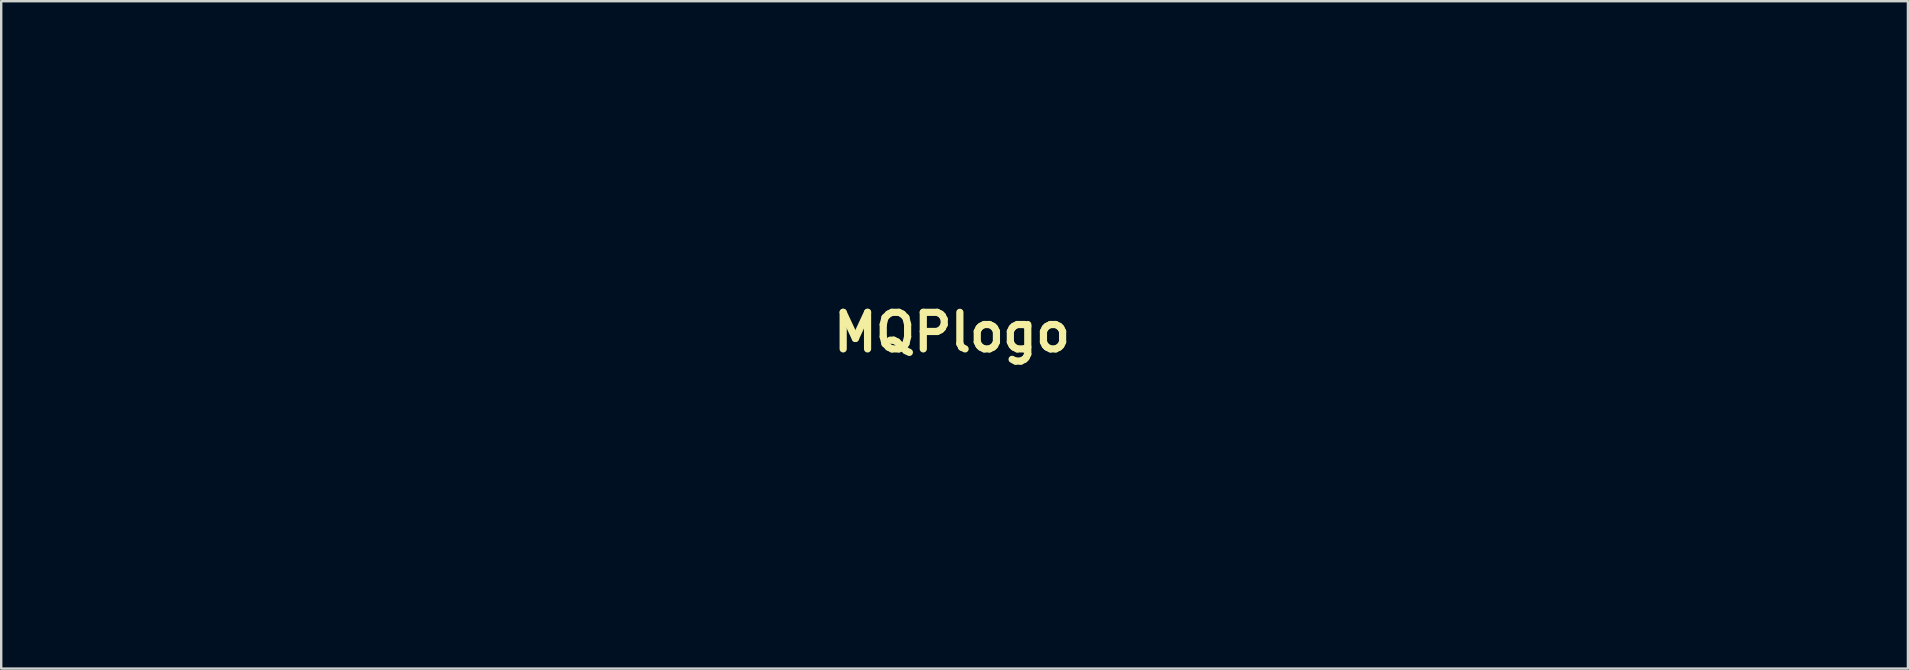
<source format=kicad_pcb>
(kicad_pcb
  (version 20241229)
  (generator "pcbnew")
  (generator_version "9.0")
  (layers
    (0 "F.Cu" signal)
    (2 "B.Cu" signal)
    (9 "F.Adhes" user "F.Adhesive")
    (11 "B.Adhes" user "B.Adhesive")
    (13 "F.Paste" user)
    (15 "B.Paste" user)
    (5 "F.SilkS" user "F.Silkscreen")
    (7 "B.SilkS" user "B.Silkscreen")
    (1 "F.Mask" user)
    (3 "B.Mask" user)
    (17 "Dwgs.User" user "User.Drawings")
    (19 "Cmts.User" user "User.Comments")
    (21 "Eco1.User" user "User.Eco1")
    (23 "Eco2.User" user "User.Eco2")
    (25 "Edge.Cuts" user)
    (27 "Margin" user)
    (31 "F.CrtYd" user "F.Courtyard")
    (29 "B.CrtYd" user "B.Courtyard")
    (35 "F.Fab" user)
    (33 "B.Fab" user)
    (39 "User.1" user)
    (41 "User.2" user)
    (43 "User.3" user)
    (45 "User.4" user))
  (footprint "MQPlogo"
    (layer "F.Cu")
    (at 36.623 10.8)
    (property "Reference" "MQPlogo" (at 0 0 0) (layer "F.SilkS") (effects (font (size 1.524 1.524) (thickness 0.3))))
    (attr through_hole)
    (fp_poly (pts (xy 5.46 6.731) (xy 5.503 6.973) (xy 5.456 7.354) (xy 5.33 7.33) (xy 5.218 7.098) (xy 5.22 6.757) (xy 5.301 6.662) (xy 5.46 6.731)) (stroke (width 0.01) (type solid)) (fill no) (layer "Eco2.User"))
    (fp_poly (pts (xy 5.472 1.001) (xy 5.503 1.152) (xy 5.434 1.457) (xy 5.25 1.366) (xy 5.195 1.285) (xy 5.221 1.013) (xy 5.288 0.955) (xy 5.472 1.001)) (stroke (width 0.01) (type solid)) (fill no) (layer "Eco2.User"))
    (fp_poly (pts (xy 4.019 3.767) (xy 4.136 4.103) (xy 4.078 4.318) (xy 3.785 4.44) (xy 3.614 4.193) (xy 3.598 4.022) (xy 3.678 3.678) (xy 3.787 3.598) (xy 4.019 3.767)) (stroke (width 0.01) (type solid)) (fill no) (layer "Eco2.User"))
    (fp_poly (pts (xy 4.045 -4.609) (xy 4.053 -4.551) (xy 3.889 -4.303) (xy 3.826 -4.274) (xy 3.633 -4.376) (xy 3.598 -4.551) (xy 3.706 -4.814) (xy 3.826 -4.828) (xy 4.045 -4.609)) (stroke (width 0.01) (type solid)) (fill no) (layer "Eco2.User"))
    (fp_poly (pts (xy 4.045 1.106) (xy 4.053 1.164) (xy 3.889 1.412) (xy 3.826 1.441) (xy 3.633 1.339) (xy 3.598 1.164) (xy 3.706 0.901) (xy 3.826 0.887) (xy 4.045 1.106)) (stroke (width 0.01) (type solid)) (fill no) (layer "Eco2.User"))
    (fp_poly (pts (xy 4.045 6.821) (xy 4.053 6.879) (xy 3.889 7.127) (xy 3.826 7.156) (xy 3.633 7.054) (xy 3.598 6.879) (xy 3.706 6.616) (xy 3.826 6.602) (xy 4.045 6.821)) (stroke (width 0.01) (type solid)) (fill no) (layer "Eco2.User"))
    (fp_poly (pts (xy 4.078 -1.99) (xy 4.126 -1.704) (xy 3.978 -1.382) (xy 3.787 -1.27) (xy 3.634 -1.447) (xy 3.598 -1.693) (xy 3.704 -2.061) (xy 3.962 -2.081) (xy 4.078 -1.99)) (stroke (width 0.01) (type solid)) (fill no) (layer "Eco2.User"))
    (fp_poly (pts (xy 4.733 7.555) (xy 4.864 7.847) (xy 4.728 8.036) (xy 4.669 8.043) (xy 4.38 7.89) (xy 4.348 7.846) (xy 4.358 7.595) (xy 4.582 7.486) (xy 4.733 7.555)) (stroke (width 0.01) (type solid)) (fill no) (layer "Eco2.User"))
    (fp_poly (pts (xy 4.846 -5.543) (xy 4.868 -5.397) (xy 4.738 -5.106) (xy 4.446 -5.158) (xy 4.38 -5.215) (xy 4.337 -5.479) (xy 4.552 -5.693) (xy 4.669 -5.715) (xy 4.846 -5.543)) (stroke (width 0.01) (type solid)) (fill no) (layer "Eco2.User"))
    (fp_poly (pts (xy 4.911 -3.852) (xy 5.015 -3.663) (xy 4.759 -3.6) (xy 4.657 -3.598) (xy 4.32 -3.641) (xy 4.354 -3.801) (xy 4.403 -3.852) (xy 4.691 -3.997) (xy 4.911 -3.852)) (stroke (width 0.01) (type solid)) (fill no) (layer "Eco2.User"))
    (fp_poly (pts (xy 4.911 -0.889) (xy 5.015 -0.699) (xy 4.759 -0.637) (xy 4.657 -0.635) (xy 4.32 -0.678) (xy 4.354 -0.837) (xy 4.403 -0.889) (xy 4.691 -1.034) (xy 4.911 -0.889)) (stroke (width 0.01) (type solid)) (fill no) (layer "Eco2.User"))
    (fp_poly (pts (xy 4.911 4.826) (xy 5.015 5.016) (xy 4.759 5.078) (xy 4.657 5.08) (xy 4.32 5.037) (xy 4.354 4.878) (xy 4.403 4.826) (xy 4.691 4.681) (xy 4.911 4.826)) (stroke (width 0.01) (type solid)) (fill no) (layer "Eco2.User"))
    (fp_poly (pts (xy 4.953 0.103) (xy 4.945 0.318) (xy 4.703 0.617) (xy 4.389 0.508) (xy 4.374 0.494) (xy 4.239 0.191) (xy 4.477 0.016) (xy 4.65 0) (xy 4.953 0.103)) (stroke (width 0.01) (type solid)) (fill no) (layer "Eco2.User"))
    (fp_poly (pts (xy 4.957 -2.672) (xy 4.974 -2.54) (xy 4.713 -2.337) (xy 4.657 -2.328) (xy 4.383 -2.482) (xy 4.339 -2.54) (xy 4.406 -2.705) (xy 4.657 -2.752) (xy 4.957 -2.672)) (stroke (width 0.01) (type solid)) (fill no) (layer "Eco2.User"))
    (fp_poly (pts (xy 4.957 3.043) (xy 4.974 3.175) (xy 4.713 3.378) (xy 4.657 3.387) (xy 4.383 3.233) (xy 4.339 3.175) (xy 4.406 3.01) (xy 4.657 2.963) (xy 4.957 3.043)) (stroke (width 0.01) (type solid)) (fill no) (layer "Eco2.User"))
    (fp_poly (pts (xy 4.957 6.006) (xy 4.974 6.138) (xy 4.713 6.342) (xy 4.657 6.35) (xy 4.383 6.197) (xy 4.339 6.138) (xy 4.406 5.973) (xy 4.657 5.927) (xy 4.957 6.006)) (stroke (width 0.01) (type solid)) (fill no) (layer "Eco2.User"))
    (fp_poly (pts (xy 4.974 1.966) (xy 5.027 2.064) (xy 4.929 2.276) (xy 4.657 2.328) (xy 4.321 2.231) (xy 4.286 2.064) (xy 4.546 1.818) (xy 4.657 1.799) (xy 4.974 1.966)) (stroke (width 0.01) (type solid)) (fill no) (layer "Eco2.User"))
    (fp_poly (pts (xy 5.499 -4.797) (xy 5.5 -4.71) (xy 5.451 -4.299) (xy 5.303 -4.282) (xy 5.212 -4.402) (xy 5.22 -4.704) (xy 5.302 -4.878) (xy 5.449 -5.028) (xy 5.499 -4.797)) (stroke (width 0.01) (type solid)) (fill no) (layer "Eco2.User"))
    (fp_poly (pts (xy 5.503 -1.745) (xy 5.503 -1.736) (xy 5.451 -1.331) (xy 5.295 -1.337) (xy 5.174 -1.5) (xy 5.175 -1.83) (xy 5.268 -1.966) (xy 5.449 -2.045) (xy 5.503 -1.745)) (stroke (width 0.01) (type solid)) (fill no) (layer "Eco2.User"))
    (fp_poly (pts (xy 5.503 3.97) (xy 5.503 3.979) (xy 5.451 4.384) (xy 5.295 4.378) (xy 5.174 4.215) (xy 5.175 3.885) (xy 5.268 3.749) (xy 5.449 3.67) (xy 5.503 3.97)) (stroke (width 0.01) (type solid)) (fill no) (layer "Eco2.User"))
    (fp_poly (pts (xy 19.63 -4.914) (xy 19.661 -4.022) (xy 19.647 -3.101) (xy 19.629 -2.797) (xy 19.597 -2.576) (xy 19.572 -2.737) (xy 19.555 -3.239) (xy 19.551 -3.916) (xy 19.558 -4.667) (xy 19.576 -5.098) (xy 19.602 -5.173) (xy 19.63 -4.914)) (stroke (width 0.01) (type solid)) (fill no) (layer "Eco2.User"))
    (fp_poly (pts (xy 3.724 -7.726) (xy 3.57 -7.231) (xy 3.425 -6.947) (xy 3.126 -6.782) (xy 2.696 -6.662) (xy 2.308 -6.62) (xy 2.134 -6.689) (xy 2.135 -6.697) (xy 2.293 -6.927) (xy 2.682 -7.32) (xy 3.016 -7.62) (xy 3.879 -8.361) (xy 3.724 -7.726)) (stroke (width 0.01) (type solid)) (fill no) (layer "Eco2.User"))
    (fp_poly (pts (xy 4.827 -8.288) (xy 4.95 -7.957) (xy 5.105 -7.414) (xy 5.208 -7.11) (xy 5.208 -6.871) (xy 4.904 -6.78) (xy 4.679 -6.773) (xy 4.224 -6.824) (xy 4.022 -6.946) (xy 4.022 -6.953) (xy 4.095 -7.342) (xy 4.27 -7.834) (xy 4.476 -8.264) (xy 4.645 -8.465) (xy 4.654 -8.467) (xy 4.827 -8.288)) (stroke (width 0.01) (type solid)) (fill no) (layer "Eco2.User"))
    (fp_poly (pts (xy -8.728 -5.103) (xy -8.5 -4.645) (xy -8.256 -4.047) (xy -8.049 -3.443) (xy -7.928 -2.966) (xy -7.93 -2.765) (xy -8.22 -2.618) (xy -8.739 -2.55) (xy -9.304 -2.562) (xy -9.73 -2.658) (xy -9.834 -2.738) (xy -9.819 -3.003) (xy -9.681 -3.508) (xy -9.47 -4.121) (xy -9.234 -4.709) (xy -9.021 -5.141) (xy -8.89 -5.288) (xy -8.728 -5.103)) (stroke (width 0.01) (type solid)) (fill no) (layer "Eco2.User"))
    (fp_poly (pts (xy -1.408 -5.598) (xy -0.756 -5.259) (xy -0.448 -4.716) (xy -0.427 -4.486) (xy -0.489 -3.956) (xy -0.6 -3.647) (xy -0.948 -3.389) (xy -1.564 -3.158) (xy -2.293 -3.002) (xy -2.803 -2.963) (xy -3.117 -2.982) (xy -3.291 -3.101) (xy -3.367 -3.416) (xy -3.386 -4.024) (xy -3.387 -4.339) (xy -3.387 -5.715) (xy -2.375 -5.715) (xy -1.408 -5.598)) (stroke (width 0.01) (type solid)) (fill no) (layer "Eco2.User"))
    (fp_poly (pts (xy -0.761 3.167) (xy 0.185 3.621) (xy 0.546 3.918) (xy 1.011 4.424) (xy 1.221 4.909) (xy 1.27 5.592) (xy 1.199 6.346) (xy 1.023 7.034) (xy 0.949 7.204) (xy 0.379 7.88) (xy -0.436 8.308) (xy -1.379 8.462) (xy -2.333 8.317) (xy -2.874 8.068) (xy -3.566 7.418) (xy -3.972 6.556) (xy -4.075 5.598) (xy -3.857 4.659) (xy -3.479 4.044) (xy -2.674 3.381) (xy -1.741 3.087) (xy -0.761 3.167)) (stroke (width 0.01) (type solid)) (fill no) (layer "Eco2.User"))
    (fp_poly (pts (xy -19.751 3.574) (xy -19.507 4.008) (xy -19.353 4.382) (xy -19.108 5.008) (xy -18.902 5.475) (xy -18.828 5.609) (xy -18.649 5.971) (xy -18.532 6.297) (xy -18.478 6.545) (xy -18.56 6.687) (xy -18.861 6.753) (xy -19.463 6.772) (xy -19.882 6.773) (xy -20.617 6.752) (xy -21.15 6.696) (xy -21.377 6.616) (xy -21.378 6.608) (xy -21.295 6.285) (xy -21.082 5.727) (xy -20.791 5.05) (xy -20.475 4.372) (xy -20.187 3.809) (xy -19.981 3.476) (xy -19.933 3.434) (xy -19.751 3.574)) (stroke (width 0.01) (type solid)) (fill no) (layer "Eco2.User"))
    (fp_poly (pts (xy 13.093 0.116) (xy 13.848 0.183) (xy 13.96 0.196) (xy 14.89 0.347) (xy 15.514 0.545) (xy 15.95 0.829) (xy 16.028 0.903) (xy 16.525 1.664) (xy 16.739 2.58) (xy 16.677 3.525) (xy 16.342 4.372) (xy 15.847 4.921) (xy 15.322 5.155) (xy 14.533 5.335) (xy 13.64 5.441) (xy 12.8 5.454) (xy 12.224 5.37) (xy 12.067 5.287) (xy 11.969 5.099) (xy 11.924 4.734) (xy 11.925 4.118) (xy 11.966 3.177) (xy 11.986 2.789) (xy 12.05 1.804) (xy 12.124 0.977) (xy 12.198 0.397) (xy 12.261 0.159) (xy 12.526 0.107) (xy 13.093 0.116)) (stroke (width 0.01) (type solid)) (fill no) (layer "Eco2.User"))
    (fp_poly (pts (xy 5.593 -8.815) (xy 6.175 -8.74) (xy 7.039 -8.604) (xy 8.117 -8.417) (xy 9.343 -8.19) (xy 9.351 -8.188) (xy 10.778 -7.917) (xy 12.249 -7.642) (xy 13.638 -7.385) (xy 14.821 -7.169) (xy 15.452 -7.057) (xy 17.674 -6.668) (xy 16.298 -6.533) (xy 15.432 -6.47) (xy 14.372 -6.423) (xy 13.198 -6.393) (xy 11.987 -6.38) (xy 10.818 -6.383) (xy 9.769 -6.403) (xy 8.92 -6.439) (xy 8.348 -6.492) (xy 8.139 -6.549) (xy 7.823 -6.678) (xy 7.246 -6.781) (xy 6.896 -6.814) (xy 6.268 -6.873) (xy 5.92 -7.016) (xy 5.708 -7.348) (xy 5.551 -7.792) (xy 5.392 -8.361) (xy 5.34 -8.744) (xy 5.36 -8.817) (xy 5.593 -8.815)) (stroke (width 0.01) (type solid)) (fill no) (layer "Eco2.User"))
    (fp_poly (pts (xy 36.83 11.007) (xy -36.618 11.007) (xy -36.618 8.048) (xy -34.61 8.048) (xy -34.584 8.31) (xy -34.232 8.538) (xy -33.648 8.716) (xy -32.93 8.827) (xy -32.175 8.856) (xy -31.476 8.785) (xy -31.03 8.649) (xy -30.499 8.197) (xy -30.235 7.529) (xy -30.3 6.802) (xy -30.308 6.778) (xy -30.482 6.401) (xy -30.735 6.135) (xy -31.167 5.916) (xy -31.876 5.684) (xy -32.216 5.585) (xy -32.659 5.428) (xy -28.956 5.428) (xy -28.894 6.412) (xy -28.543 7.348) (xy -27.903 8.145) (xy -27.466 8.468) (xy -26.675 8.78) (xy -25.755 8.896) (xy -24.866 8.816) (xy -24.444 8.647) (xy -22.849 8.647) (xy -22.822 8.876) (xy -22.772 8.89) (xy -22.523 8.711) (xy -22.24 8.26) (xy -22.144 8.043) (xy -21.805 7.197) (xy -18.038 7.197) (xy -17.699 8.043) (xy -17.446 8.562) (xy -17.214 8.861) (xy -17.147 8.89) (xy -17.019 8.871) (xy -16.969 8.773) (xy -17.016 8.537) (xy -17.181 8.102) (xy -17.481 7.41) (xy -17.938 6.4) (xy -18 6.262) (xy -18.629 4.892) (xy -19.119 3.887) (xy -19.5 3.222) (xy -19.806 2.875) (xy -20.068 2.823) (xy -20.318 3.043) (xy -20.589 3.511) (xy -20.896 4.172) (xy -21.318 5.103) (xy -21.814 6.191) (xy -22.281 7.206) (xy -22.302 7.25) (xy -22.678 8.115) (xy -22.849 8.647) (xy -24.444 8.647) (xy -24.17 8.537) (xy -24.101 8.485) (xy -23.768 8.116) (xy -23.789 7.917) (xy -24.103 7.968) (xy -24.375 8.128) (xy -25.164 8.442) (xy -26.07 8.439) (xy -26.975 8.154) (xy -27.76 7.624) (xy -28.27 6.96) (xy -28.552 6.031) (xy -28.473 5.146) (xy -28.098 4.357) (xy -27.488 3.717) (xy -26.708 3.278) (xy -25.82 3.094) (xy -24.887 3.217) (xy -24.183 3.55) (xy -23.837 3.744) (xy -23.717 3.681) (xy -23.707 3.543) (xy -23.897 3.174) (xy -24.399 2.91) (xy -25.114 2.762) (xy -25.56 2.752) (xy -15.663 2.752) (xy -15.663 5.821) (xy -15.657 7.04) (xy -15.635 7.896) (xy -15.59 8.447) (xy -15.517 8.755) (xy -15.409 8.879) (xy -15.346 8.89) (xy -15.168 8.798) (xy -15.069 8.47) (xy -15.031 7.826) (xy -15.028 7.514) (xy -15.028 6.138) (xy -13.441 6.138) (xy -12.641 6.112) (xy -12.083 6.041) (xy -11.855 5.937) (xy -11.853 5.927) (xy -12.05 5.82) (xy -12.584 5.746) (xy -13.366 5.715) (xy -13.441 5.715) (xy -15.028 5.715) (xy -15.028 3.175) (xy -13.229 3.175) (xy -12.353 3.152) (xy -11.733 3.087) (xy -11.442 2.991) (xy -11.43 2.963) (xy -11.631 2.865) (xy -12.194 2.794) (xy -13.058 2.756) (xy -13.547 2.752) (xy -9.737 2.752) (xy -9.737 5.821) (xy -9.723 7.086) (xy -9.682 8.045) (xy -9.617 8.658) (xy -9.531 8.889) (xy -9.525 8.89) (xy -9.414 8.696) (xy -9.339 8.181) (xy -9.313 7.514) (xy -9.313 6.138) (xy -7.62 6.138) (xy -6.781 6.114) (xy -6.192 6.046) (xy -5.932 5.946) (xy -5.927 5.927) (xy -6.125 5.822) (xy -6.665 5.748) (xy -7.469 5.716) (xy -7.62 5.715) (xy -9.313 5.715) (xy -9.313 5.604) (xy -4.608 5.604) (xy -4.522 6.628) (xy -4.126 7.547) (xy -3.427 8.253) (xy -2.49 8.713) (xy -1.435 8.9) (xy -0.386 8.79) (xy 0.359 8.476) (xy 1.165 7.812) (xy 1.625 6.978) (xy 1.783 5.893) (xy 1.784 5.794) (xy 1.703 4.875) (xy 1.434 4.207) (xy 1.346 4.08) (xy 0.507 3.284) (xy -0.522 2.829) (xy -1.659 2.732) (xy -2.823 3.011) (xy -3.129 3.152) (xy -3.887 3.759) (xy -4.388 4.612) (xy -4.608 5.604) (xy -9.313 5.604) (xy -9.313 3.175) (xy -7.408 3.175) (xy -6.496 3.153) (xy -5.844 3.091) (xy -5.524 2.998) (xy -5.503 2.963) (xy -5.705 2.865) (xy -6.268 2.794) (xy -7.132 2.756) (xy -7.62 2.752) (xy -9.737 2.752) (xy -13.547 2.752) (xy -15.663 2.752) (xy -25.56 2.752) (xy -25.94 2.743) (xy -26.777 2.865) (xy -27.418 3.087) (xy -28.218 3.675) (xy -28.73 4.486) (xy -28.956 5.428) (xy -32.659 5.428) (xy -32.942 5.328) (xy -33.541 5.026) (xy -33.797 4.829) (xy -34.038 4.492) (xy -34.015 4.172) (xy -33.855 3.855) (xy -33.316 3.292) (xy -32.553 3.042) (xy -31.65 3.125) (xy -31.324 3.233) (xy -30.787 3.42) (xy -30.537 3.425) (xy -30.48 3.276) (xy -30.673 3.05) (xy -31.182 2.851) (xy -31.38 2.804) (xy -32.402 2.718) (xy -33.3 2.87) (xy -33.998 3.225) (xy -34.416 3.75) (xy -34.502 4.174) (xy -34.396 4.84) (xy -34.035 5.319) (xy -33.352 5.678) (xy -32.856 5.838) (xy -32.106 6.079) (xy -31.46 6.333) (xy -31.168 6.482) (xy -30.773 6.943) (xy -30.736 7.524) (xy -31.042 8.08) (xy -31.523 8.347) (xy -32.246 8.462) (xy -33.054 8.422) (xy -33.792 8.221) (xy -33.916 8.162) (xy -34.352 8.005) (xy -34.606 8.042) (xy -34.61 8.048) (xy -36.618 8.048) (xy -36.618 -0.28) (xy -12.277 -0.28) (xy -12.095 -0.229) (xy -11.744 -0.212) (xy -11.307 -0.331) (xy -10.962 -0.75) (xy -10.858 -0.953) (xy -10.505 -1.693) (xy -7.275 -1.693) (xy -6.922 -0.953) (xy -6.584 -0.423) (xy -6.187 -0.222) (xy -6.036 -0.212) (xy -5.636 -0.244) (xy -5.503 -0.307) (xy -5.585 -0.535) (xy -5.806 -1.066) (xy -6.13 -1.818) (xy -6.52 -2.707) (xy -6.941 -3.651) (xy -7.357 -4.569) (xy -7.716 -5.345) (xy -8.058 -6.022) (xy -8.334 -6.392) (xy -8.628 -6.541) (xy -8.872 -6.562) (xy -4.445 -6.562) (xy -4.445 -0.423) (xy -3.928 -0.423) (xy -3.597 -0.475) (xy -3.43 -0.705) (xy -3.353 -1.228) (xy -3.346 -1.323) (xy -3.281 -1.89) (xy -3.123 -2.161) (xy -2.765 -2.263) (xy -2.53 -2.286) (xy -2.069 -2.286) (xy -1.725 -2.138) (xy -1.367 -1.761) (xy -1.088 -1.386) (xy -0.566 -0.758) (xy -0.121 -0.464) (xy 0.129 -0.423) (xy 0.655 -0.423) (xy 0.011 -1.36) (xy -0.634 -2.297) (xy 0.001 -2.931) (xy 0.518 -3.703) (xy 0.622 -4.566) (xy 0.324 -5.491) (xy -0.084 -5.993) (xy -0.097 -5.999) (xy 1.092 -5.999) (xy 1.342 -5.795) (xy 1.938 -5.717) (xy 2.117 -5.715) (xy 3.175 -5.715) (xy 3.175 -3.069) (xy 3.159 -1.923) (xy 3.112 -1.071) (xy 3.039 -0.558) (xy 2.963 -0.423) (xy 2.885 -0.216) (xy 2.824 0.389) (xy 2.78 1.367) (xy 2.756 2.692) (xy 2.752 3.734) (xy 2.748 5.182) (xy 2.733 6.265) (xy 2.704 7.038) (xy 2.654 7.56) (xy 2.58 7.887) (xy 2.477 8.076) (xy 2.4 8.148) (xy 2.159 8.521) (xy 2.181 8.754) (xy 2.264 8.866) (xy 2.447 8.951) (xy 2.781 9.014) (xy 3.32 9.056) (xy 4.112 9.083) (xy 5.21 9.097) (xy 6.664 9.101) (xy 7.19 9.102) (xy 12.065 9.102) (xy 12.065 8.043) (xy 6.562 8.043) (xy 6.562 6.637) (xy 9.948 6.637) (xy 9.948 7.348) (xy 12.224 7.485) (xy 12.932 7.525) (xy 14.005 7.581) (xy 15.383 7.651) (xy 17.007 7.732) (xy 18.82 7.82) (xy 20.761 7.913) (xy 22.773 8.009) (xy 23.601 8.047) (xy 25.551 8.139) (xy 27.392 8.228) (xy 29.076 8.31) (xy 30.557 8.385) (xy 31.784 8.448) (xy 32.711 8.498) (xy 33.29 8.533) (xy 33.443 8.544) (xy 34.318 8.609) (xy 34.859 8.575) (xy 35.151 8.414) (xy 35.281 8.096) (xy 35.309 7.885) (xy 35.308 7.418) (xy 35.217 7.198) (xy 35.203 7.195) (xy 34.954 7.184) (xy 34.339 7.151) (xy 33.414 7.101) (xy 32.237 7.036) (xy 30.863 6.96) (xy 29.35 6.875) (xy 29.316 6.873) (xy 26.967 6.743) (xy 24.709 6.62) (xy 22.584 6.506) (xy 20.634 6.404) (xy 18.9 6.315) (xy 17.423 6.243) (xy 16.246 6.188) (xy 15.409 6.154) (xy 14.963 6.141) (xy 14.571 6.077) (xy 14.499 5.927) (xy 14.79 5.765) (xy 15.168 5.715) (xy 15.711 5.546) (xy 16.326 5.092) (xy 16.399 5.022) (xy 17.028 4.119) (xy 17.294 3.095) (xy 17.2 2.042) (xy 16.748 1.056) (xy 16.306 0.536) (xy 15.959 0.246) (xy 15.574 0.051) (xy 15.041 -0.082) (xy 14.249 -0.186) (xy 13.732 -0.236) (xy 12.871 -0.307) (xy 12.185 -0.346) (xy 11.771 -0.35) (xy 11.696 -0.336) (xy 11.66 -0.108) (xy 11.613 0.467) (xy 11.562 1.312) (xy 11.511 2.35) (xy 11.491 2.835) (xy 11.365 5.927) (xy 10.657 5.927) (xy 10.175 5.964) (xy 9.983 6.165) (xy 9.948 6.637) (xy 6.562 6.637) (xy 6.562 3.81) (xy 6.551 2.254) (xy 6.521 1.03) (xy 6.472 0.162) (xy 6.406 -0.323) (xy 6.35 -0.423) (xy 6.258 -0.627) (xy 6.19 -1.207) (xy 6.149 -2.116) (xy 6.138 -3.039) (xy 6.138 -5.654) (xy 7.567 -5.789) (xy 8.19 -5.827) (xy 9.155 -5.862) (xy 10.382 -5.89) (xy 11.791 -5.911) (xy 13.3 -5.923) (xy 14.148 -5.925) (xy 19.301 -5.927) (xy 19.235 -3.545) (xy 19.224 -2.563) (xy 19.243 -1.724) (xy 19.288 -1.127) (xy 19.345 -0.883) (xy 19.404 -0.515) (xy 19.341 0.066) (xy 19.293 0.281) (xy 19.195 0.853) (xy 19.104 1.721) (xy 19.031 2.759) (xy 18.992 3.651) (xy 18.969 4.755) (xy 18.981 5.495) (xy 19.033 5.93) (xy 19.13 6.118) (xy 19.195 6.138) (xy 19.33 6.03) (xy 19.416 5.668) (xy 19.44 5.304) (xy 21.702 5.304) (xy 21.736 5.805) (xy 21.81 6.063) (xy 21.928 6.138) (xy 21.932 6.138) (xy 22.066 6.052) (xy 22.154 5.751) (xy 22.204 5.174) (xy 22.224 4.259) (xy 22.225 3.822) (xy 22.242 2.875) (xy 22.286 2.091) (xy 22.352 1.565) (xy 22.417 1.388) (xy 22.617 1.495) (xy 22.991 1.879) (xy 23.475 2.47) (xy 23.725 2.805) (xy 24.602 4.006) (xy 25.267 4.905) (xy 25.753 5.544) (xy 26.095 5.966) (xy 26.326 6.213) (xy 26.48 6.326) (xy 26.576 6.35) (xy 26.696 6.153) (xy 26.803 5.556) (xy 26.896 4.55) (xy 26.967 3.362) (xy 26.976 3.131) (xy 28.644 3.131) (xy 28.69 4.175) (xy 28.865 4.716) (xy 29.491 5.7) (xy 30.357 6.366) (xy 31.396 6.688) (xy 32.542 6.64) (xy 33.227 6.433) (xy 33.72 6.216) (xy 33.972 5.987) (xy 34.065 5.605) (xy 34.078 4.964) (xy 34.042 4.308) (xy 33.947 3.84) (xy 33.867 3.704) (xy 33.735 3.808) (xy 33.664 4.277) (xy 33.655 4.618) (xy 33.59 5.407) (xy 33.343 5.888) (xy 32.839 6.165) (xy 32.437 6.266) (xy 31.449 6.263) (xy 30.519 5.905) (xy 29.753 5.257) (xy 29.257 4.386) (xy 29.221 4.271) (xy 29.137 3.311) (xy 29.402 2.44) (xy 29.943 1.711) (xy 30.689 1.179) (xy 31.566 0.896) (xy 32.502 0.918) (xy 33.328 1.236) (xy 33.808 1.493) (xy 34.029 1.52) (xy 34.078 1.358) (xy 33.886 1.032) (xy 33.383 0.748) (xy 32.684 0.544) (xy 31.903 0.459) (xy 31.514 0.473) (xy 30.431 0.761) (xy 29.561 1.35) (xy 28.95 2.164) (xy 28.644 3.131) (xy 26.976 3.131) (xy 27.012 2.281) (xy 27.035 1.357) (xy 27.035 0.67) (xy 27.012 0.298) (xy 26.998 0.257) (xy 26.824 0.207) (xy 26.691 0.468) (xy 26.591 1.073) (xy 26.52 2.052) (xy 26.491 2.766) (xy 26.429 3.942) (xy 26.339 4.701) (xy 26.22 5.046) (xy 26.17 5.07) (xy 25.968 4.902) (xy 25.575 4.447) (xy 25.039 3.768) (xy 24.412 2.925) (xy 24.13 2.534) (xy 23.484 1.642) (xy 22.918 0.888) (xy 22.479 0.332) (xy 22.214 0.036) (xy 22.165 0.004) (xy 22.045 0.046) (xy 21.954 0.217) (xy 21.886 0.576) (xy 21.831 1.184) (xy 21.784 2.098) (xy 21.737 3.334) (xy 21.704 4.5) (xy 21.702 5.304) (xy 19.44 5.304) (xy 19.461 4.994) (xy 19.473 4.04) (xy 19.509 2.888) (xy 19.604 1.66) (xy 19.741 0.57) (xy 19.791 0.283) (xy 19.931 -0.681) (xy 20.039 -1.873) (xy 20.1 -3.099) (xy 20.108 -3.651) (xy 20.108 -5.927) (xy 20.761 -5.927) (xy 21.228 -5.995) (xy 21.342 -6.156) (xy 21.143 -6.343) (xy 20.67 -6.488) (xy 20.409 -6.52) (xy 20.003 -6.575) (xy 19.244 -6.699) (xy 18.196 -6.879) (xy 16.92 -7.106) (xy 15.481 -7.367) (xy 13.941 -7.651) (xy 12.362 -7.945) (xy 10.809 -8.239) (xy 9.343 -8.521) (xy 8.029 -8.78) (xy 6.937 -9) (xy 5.917 -9.265) (xy 5.293 -9.559) (xy 5.107 -9.739) (xy 4.773 -10.096) (xy 4.491 -10.067) (xy 4.209 -9.637) (xy 4.128 -9.452) (xy 3.825 -8.982) (xy 3.288 -8.373) (xy 2.62 -7.738) (xy 2.458 -7.6) (xy 1.645 -6.879) (xy 1.191 -6.353) (xy 1.092 -5.999) (xy -0.097 -5.999) (xy -0.732 -6.326) (xy -1.679 -6.509) (xy -2.889 -6.562) (xy -4.445 -6.562) (xy -8.872 -6.562) (xy -9.392 -6.428) (xy -9.733 -5.98) (xy -9.983 -5.44) (xy -10.326 -4.688) (xy -10.724 -3.806) (xy -11.141 -2.876) (xy -11.54 -1.979) (xy -11.886 -1.198) (xy -12.14 -0.613) (xy -12.268 -0.306) (xy -12.277 -0.28) (xy -36.618 -0.28) (xy -36.618 -0.947) (xy -26.192 -0.947) (xy -26.162 -0.903) (xy -25.92 -0.775) (xy -25.433 -0.574) (xy -25.257 -0.508) (xy -24.347 -0.32) (xy -23.346 -0.343) (xy -22.445 -0.561) (xy -22.083 -0.745) (xy -21.59 -1.297) (xy -21.423 -2.01) (xy -21.614 -2.737) (xy -21.926 -3.097) (xy -22.484 -3.418) (xy -22.682 -3.493) (xy -20.108 -3.493) (xy -20.108 -0.423) (xy -19.579 -0.423) (xy -19.329 -0.439) (xy -19.173 -0.538) (xy -19.09 -0.804) (xy -19.056 -1.318) (xy -19.05 -2.16) (xy -19.05 -2.328) (xy -19.034 -3.167) (xy -18.99 -3.817) (xy -18.927 -4.184) (xy -18.891 -4.232) (xy -18.72 -4.061) (xy -18.399 -3.606) (xy -17.986 -2.95) (xy -17.805 -2.645) (xy -17.36 -1.93) (xy -16.967 -1.382) (xy -16.69 -1.087) (xy -16.626 -1.058) (xy -16.413 -1.231) (xy -16.063 -1.69) (xy -15.638 -2.352) (xy -15.466 -2.646) (xy -15.036 -3.362) (xy -14.668 -3.91) (xy -14.421 -4.205) (xy -14.369 -4.233) (xy -14.287 -4.037) (xy -14.223 -3.513) (xy -14.186 -2.754) (xy -14.182 -2.328) (xy -14.175 -1.423) (xy -14.141 -0.861) (xy -14.064 -0.561) (xy -13.925 -0.442) (xy -13.758 -0.423) (xy -13.593 -0.445) (xy -13.478 -0.551) (xy -13.403 -0.808) (xy -13.36 -1.277) (xy -13.341 -2.023) (xy -13.335 -3.111) (xy -13.335 -3.493) (xy -13.349 -4.876) (xy -13.406 -5.847) (xy -13.526 -6.418) (xy -13.727 -6.601) (xy -14.031 -6.405) (xy -14.457 -5.842) (xy -15.026 -4.924) (xy -15.24 -4.559) (xy -15.73 -3.748) (xy -16.159 -3.094) (xy -16.476 -2.672) (xy -16.616 -2.553) (xy -16.802 -2.723) (xy -17.142 -3.187) (xy -17.585 -3.872) (xy -17.992 -4.551) (xy -18.548 -5.478) (xy -18.963 -6.082) (xy -19.283 -6.421) (xy -19.553 -6.551) (xy -19.632 -6.558) (xy -19.818 -6.547) (xy -19.947 -6.468) (xy -20.031 -6.256) (xy -20.079 -5.847) (xy -20.102 -5.178) (xy -20.108 -4.185) (xy -20.108 -3.493) (xy -22.682 -3.493) (xy -23.37 -3.75) (xy -23.436 -3.771) (xy -24.332 -4.099) (xy -24.867 -4.398) (xy -25.094 -4.694) (xy -25.086 -5.206) (xy -24.733 -5.57) (xy -24.096 -5.767) (xy -23.236 -5.772) (xy -22.49 -5.64) (xy -22.021 -5.556) (xy -21.832 -5.656) (xy -21.802 -5.896) (xy -21.842 -6.156) (xy -22.026 -6.336) (xy -22.447 -6.489) (xy -23.133 -6.654) (xy -23.887 -6.679) (xy -24.718 -6.5) (xy -25.431 -6.171) (xy -25.697 -5.949) (xy -25.965 -5.45) (xy -26.082 -4.854) (xy -25.905 -4.138) (xy -25.378 -3.547) (xy -24.568 -3.147) (xy -24.182 -3.055) (xy -23.275 -2.8) (xy -22.689 -2.425) (xy -22.471 -1.961) (xy -22.477 -1.846) (xy -22.73 -1.394) (xy -23.288 -1.16) (xy -24.089 -1.148) (xy -25.072 -1.362) (xy -25.744 -1.61) (xy -25.981 -1.529) (xy -26.171 -1.239) (xy -26.192 -0.947) (xy -36.618 -0.947) (xy -36.618 -10.795) (xy 36.83 -10.795) (xy 36.83 11.007)) (stroke (width 0.01) (type solid)) (fill no) (layer "Eco2.User")))
  (gr_rect
    (start -3 -3)
    (end 76.458 24.812)
    (stroke (width 0.1) (type default))
    (fill no)
    (layer "Edge.Cuts")))
</source>
